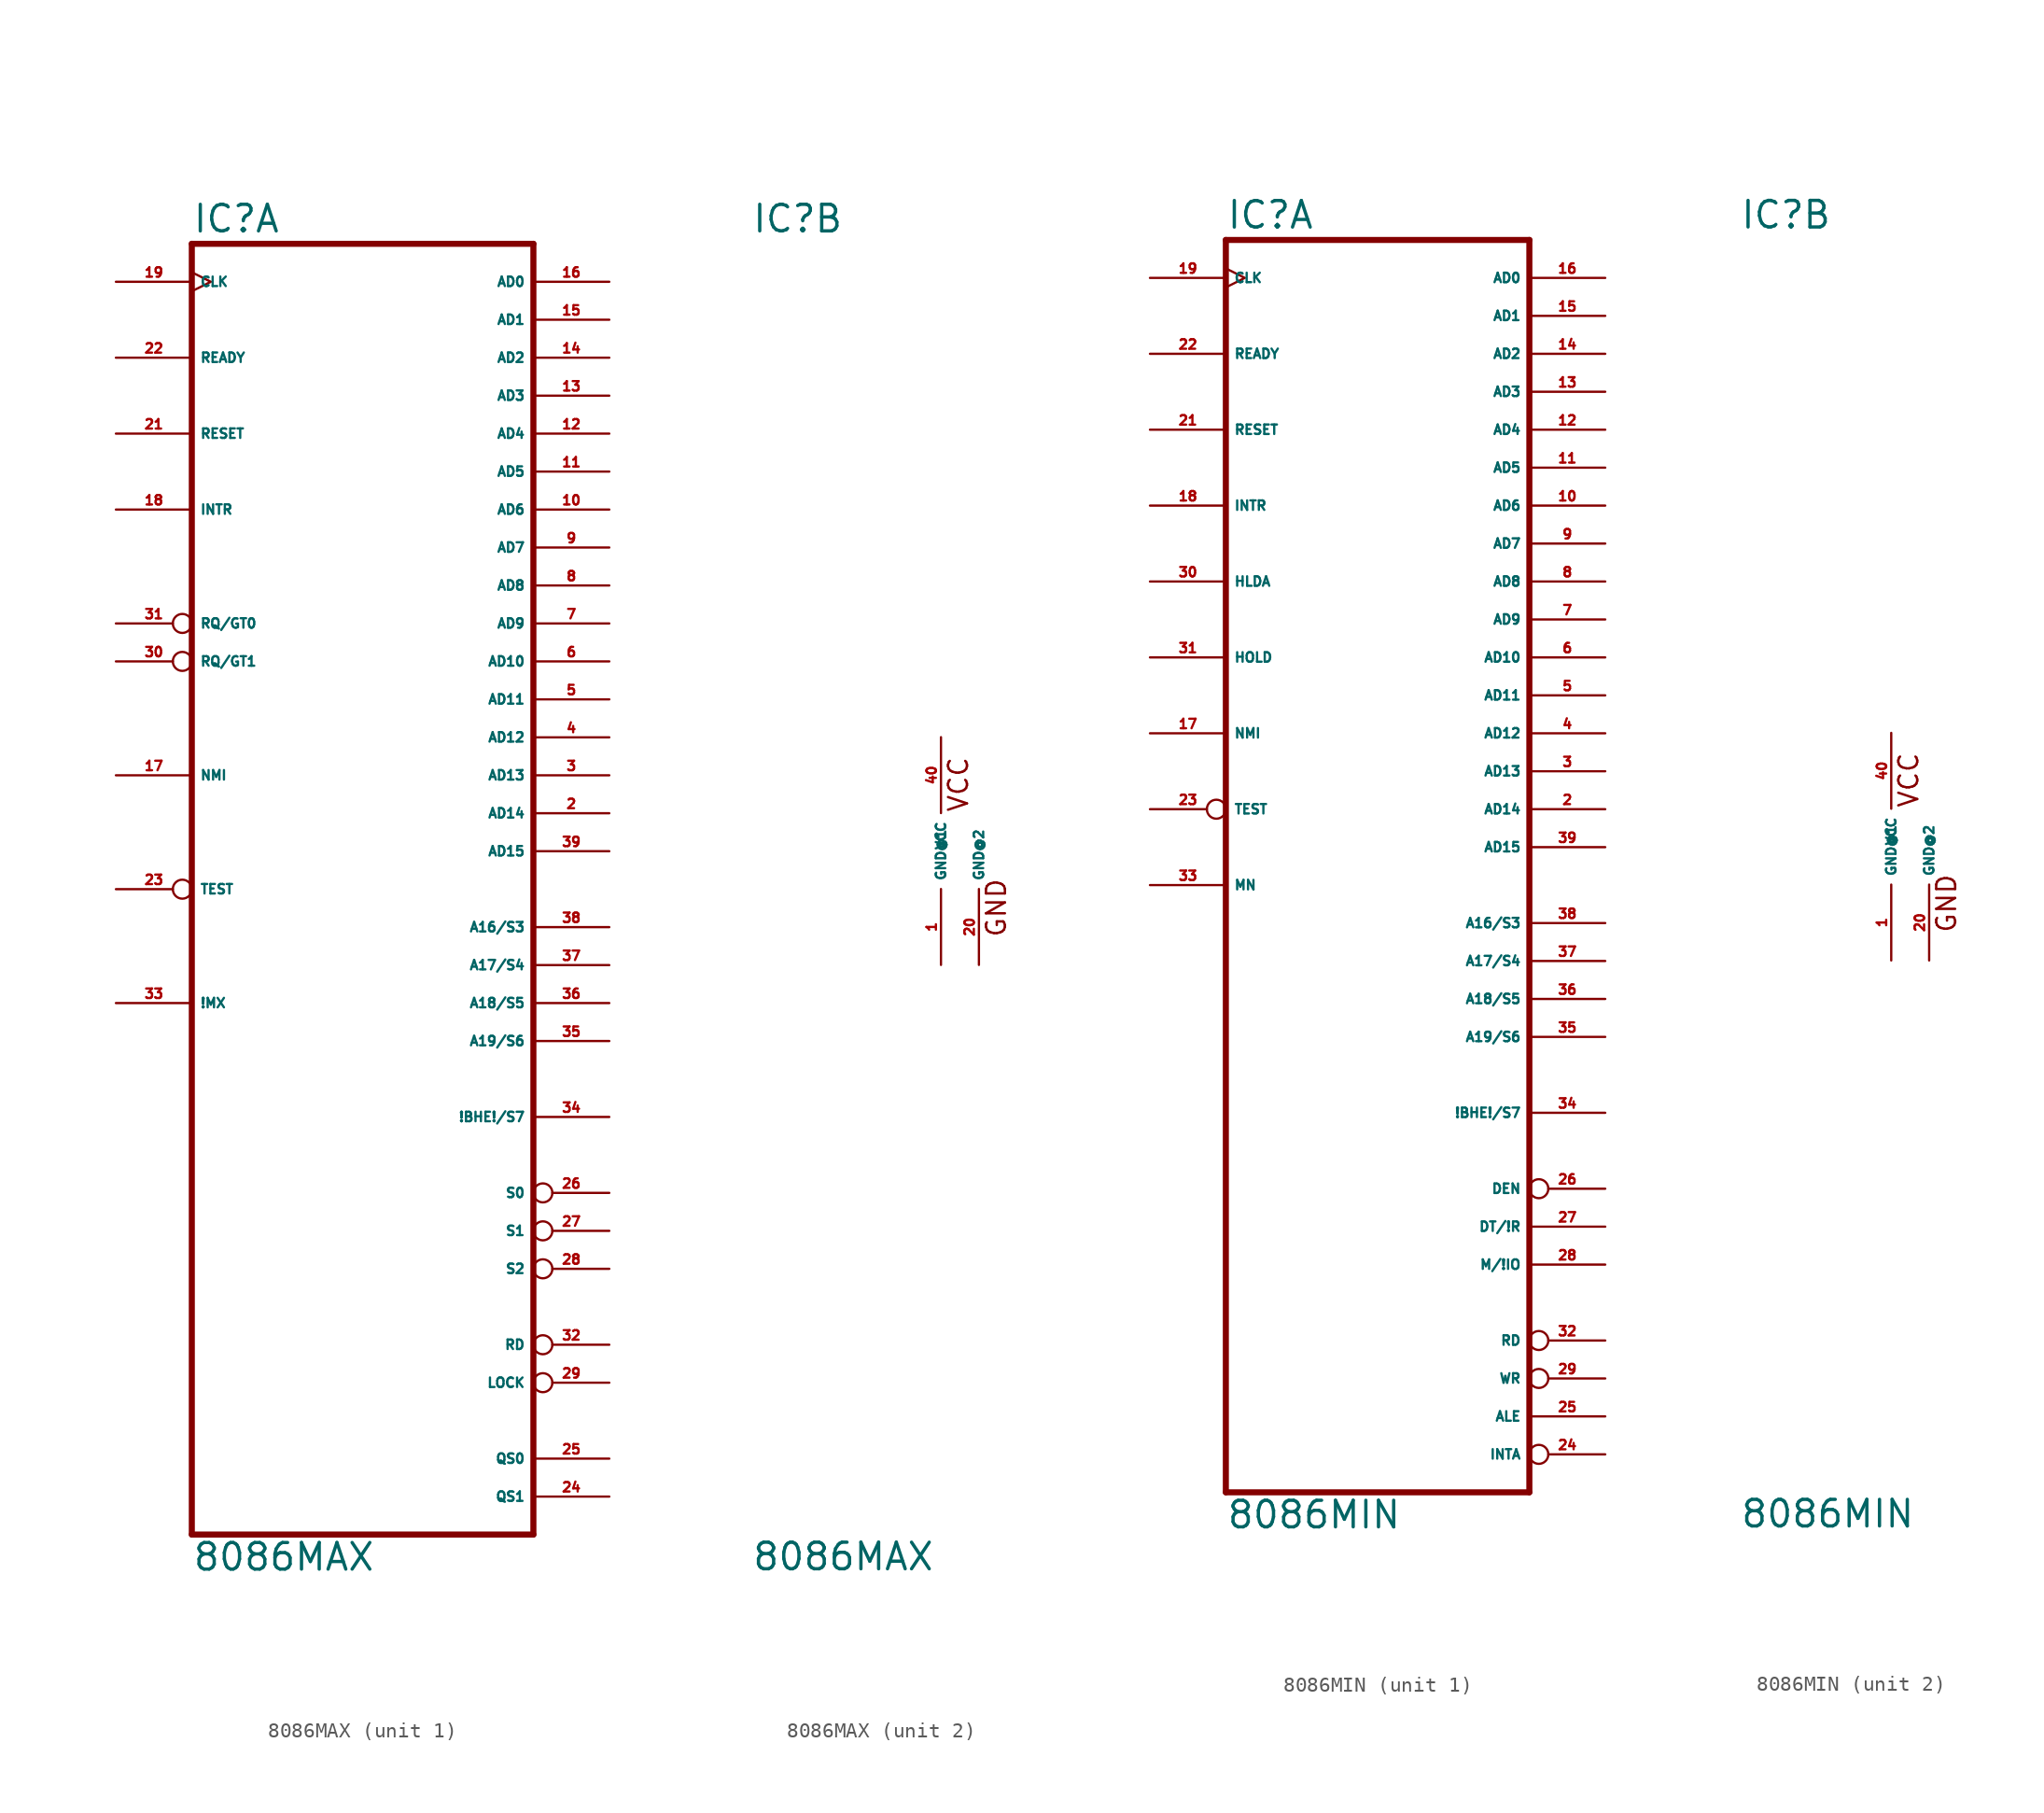
<source format=kicad_sym>
(kicad_symbol_lib
  (version 20220914)
  (generator Eagle2Kicad)
  (symbol "8086MAX"
    (property "Reference" "IC"
      (at -12.7 41.275 0)
      (effects (font (size 1.778 1.778) (thickness 0.22)) (justify left bottom)))
    (property "Value" "8086MAX"
      (at -12.7 -48.26 0)
      (effects (font (size 1.778 1.778) (thickness 0.22)) (justify left bottom)))
    (symbol "8086MAX_1_0"
      (polyline (pts (xy -12.7 -45.72) (xy 10.16 -45.72)) (stroke (width 0.406) (type default)) (fill (type none)))
      (polyline (pts (xy 10.16 -45.72) (xy 10.16 40.64)) (stroke (width 0.406) (type default)) (fill (type none)))
      (polyline (pts (xy 10.16 40.64) (xy -12.7 40.64)) (stroke (width 0.406) (type default)) (fill (type none)))
      (polyline (pts (xy -12.7 40.64) (xy -12.7 -45.72)) (stroke (width 0.406) (type default)) (fill (type none)))
      (pin bidirectional line (at 15.24 2.54 180) (length 5.08) (name "AD14" (effects (font (size 0.635 0.635) (thickness 0.08)) (justify left bottom))) (number "2" (effects (font (size 0.635 0.635) (thickness 0.08)) (justify left bottom))))
      (pin bidirectional line (at 15.24 5.08 180) (length 5.08) (name "AD13" (effects (font (size 0.635 0.635) (thickness 0.08)) (justify left bottom))) (number "3" (effects (font (size 0.635 0.635) (thickness 0.08)) (justify left bottom))))
      (pin bidirectional line (at 15.24 7.62 180) (length 5.08) (name "AD12" (effects (font (size 0.635 0.635) (thickness 0.08)) (justify left bottom))) (number "4" (effects (font (size 0.635 0.635) (thickness 0.08)) (justify left bottom))))
      (pin bidirectional line (at 15.24 10.16 180) (length 5.08) (name "AD11" (effects (font (size 0.635 0.635) (thickness 0.08)) (justify left bottom))) (number "5" (effects (font (size 0.635 0.635) (thickness 0.08)) (justify left bottom))))
      (pin bidirectional line (at 15.24 12.7 180) (length 5.08) (name "AD10" (effects (font (size 0.635 0.635) (thickness 0.08)) (justify left bottom))) (number "6" (effects (font (size 0.635 0.635) (thickness 0.08)) (justify left bottom))))
      (pin bidirectional line (at 15.24 15.24 180) (length 5.08) (name "AD9" (effects (font (size 0.635 0.635) (thickness 0.08)) (justify left bottom))) (number "7" (effects (font (size 0.635 0.635) (thickness 0.08)) (justify left bottom))))
      (pin bidirectional line (at 15.24 17.78 180) (length 5.08) (name "AD8" (effects (font (size 0.635 0.635) (thickness 0.08)) (justify left bottom))) (number "8" (effects (font (size 0.635 0.635) (thickness 0.08)) (justify left bottom))))
      (pin bidirectional line (at 15.24 20.32 180) (length 5.08) (name "AD7" (effects (font (size 0.635 0.635) (thickness 0.08)) (justify left bottom))) (number "9" (effects (font (size 0.635 0.635) (thickness 0.08)) (justify left bottom))))
      (pin bidirectional line (at 15.24 22.86 180) (length 5.08) (name "AD6" (effects (font (size 0.635 0.635) (thickness 0.08)) (justify left bottom))) (number "10" (effects (font (size 0.635 0.635) (thickness 0.08)) (justify left bottom))))
      (pin bidirectional line (at 15.24 25.4 180) (length 5.08) (name "AD5" (effects (font (size 0.635 0.635) (thickness 0.08)) (justify left bottom))) (number "11" (effects (font (size 0.635 0.635) (thickness 0.08)) (justify left bottom))))
      (pin bidirectional line (at 15.24 27.94 180) (length 5.08) (name "AD4" (effects (font (size 0.635 0.635) (thickness 0.08)) (justify left bottom))) (number "12" (effects (font (size 0.635 0.635) (thickness 0.08)) (justify left bottom))))
      (pin bidirectional line (at 15.24 30.48 180) (length 5.08) (name "AD3" (effects (font (size 0.635 0.635) (thickness 0.08)) (justify left bottom))) (number "13" (effects (font (size 0.635 0.635) (thickness 0.08)) (justify left bottom))))
      (pin bidirectional line (at 15.24 33.02 180) (length 5.08) (name "AD2" (effects (font (size 0.635 0.635) (thickness 0.08)) (justify left bottom))) (number "14" (effects (font (size 0.635 0.635) (thickness 0.08)) (justify left bottom))))
      (pin bidirectional line (at 15.24 35.56 180) (length 5.08) (name "AD1" (effects (font (size 0.635 0.635) (thickness 0.08)) (justify left bottom))) (number "15" (effects (font (size 0.635 0.635) (thickness 0.08)) (justify left bottom))))
      (pin bidirectional line (at 15.24 38.1 180) (length 5.08) (name "AD0" (effects (font (size 0.635 0.635) (thickness 0.08)) (justify left bottom))) (number "16" (effects (font (size 0.635 0.635) (thickness 0.08)) (justify left bottom))))
      (pin input line (at -17.78 5.08 0) (length 5.08) (name "NMI" (effects (font (size 0.635 0.635) (thickness 0.08)) (justify left bottom))) (number "17" (effects (font (size 0.635 0.635) (thickness 0.08)) (justify left bottom))))
      (pin input line (at -17.78 22.86 0) (length 5.08) (name "INTR" (effects (font (size 0.635 0.635) (thickness 0.08)) (justify left bottom))) (number "18" (effects (font (size 0.635 0.635) (thickness 0.08)) (justify left bottom))))
      (pin input clock (at -17.78 38.1 0) (length 5.08) (name "CLK" (effects (font (size 0.635 0.635) (thickness 0.08)) (justify left bottom))) (number "19" (effects (font (size 0.635 0.635) (thickness 0.08)) (justify left bottom))))
      (pin input line (at -17.78 27.94 0) (length 5.08) (name "RESET" (effects (font (size 0.635 0.635) (thickness 0.08)) (justify left bottom))) (number "21" (effects (font (size 0.635 0.635) (thickness 0.08)) (justify left bottom))))
      (pin input line (at -17.78 33.02 0) (length 5.08) (name "READY" (effects (font (size 0.635 0.635) (thickness 0.08)) (justify left bottom))) (number "22" (effects (font (size 0.635 0.635) (thickness 0.08)) (justify left bottom))))
      (pin input inverted (at -17.78 -2.54 0) (length 5.08) (name "TEST" (effects (font (size 0.635 0.635) (thickness 0.08)) (justify left bottom))) (number "23" (effects (font (size 0.635 0.635) (thickness 0.08)) (justify left bottom))))
      (pin output line (at 15.24 -43.18 180) (length 5.08) (name "QS1" (effects (font (size 0.635 0.635) (thickness 0.08)) (justify left bottom))) (number "24" (effects (font (size 0.635 0.635) (thickness 0.08)) (justify left bottom))))
      (pin output line (at 15.24 -40.64 180) (length 5.08) (name "QS0" (effects (font (size 0.635 0.635) (thickness 0.08)) (justify left bottom))) (number "25" (effects (font (size 0.635 0.635) (thickness 0.08)) (justify left bottom))))
      (pin output inverted (at 15.24 -22.86 180) (length 5.08) (name "S0" (effects (font (size 0.635 0.635) (thickness 0.08)) (justify left bottom))) (number "26" (effects (font (size 0.635 0.635) (thickness 0.08)) (justify left bottom))))
      (pin output inverted (at 15.24 -25.4 180) (length 5.08) (name "S1" (effects (font (size 0.635 0.635) (thickness 0.08)) (justify left bottom))) (number "27" (effects (font (size 0.635 0.635) (thickness 0.08)) (justify left bottom))))
      (pin output inverted (at 15.24 -27.94 180) (length 5.08) (name "S2" (effects (font (size 0.635 0.635) (thickness 0.08)) (justify left bottom))) (number "28" (effects (font (size 0.635 0.635) (thickness 0.08)) (justify left bottom))))
      (pin output inverted (at 15.24 -35.56 180) (length 5.08) (name "LOCK" (effects (font (size 0.635 0.635) (thickness 0.08)) (justify left bottom))) (number "29" (effects (font (size 0.635 0.635) (thickness 0.08)) (justify left bottom))))
      (pin bidirectional inverted (at -17.78 12.7 0) (length 5.08) (name "RQ/GT1" (effects (font (size 0.635 0.635) (thickness 0.08)) (justify left bottom))) (number "30" (effects (font (size 0.635 0.635) (thickness 0.08)) (justify left bottom))))
      (pin bidirectional inverted (at -17.78 15.24 0) (length 5.08) (name "RQ/GT0" (effects (font (size 0.635 0.635) (thickness 0.08)) (justify left bottom))) (number "31" (effects (font (size 0.635 0.635) (thickness 0.08)) (justify left bottom))))
      (pin output inverted (at 15.24 -33.02 180) (length 5.08) (name "RD" (effects (font (size 0.635 0.635) (thickness 0.08)) (justify left bottom))) (number "32" (effects (font (size 0.635 0.635) (thickness 0.08)) (justify left bottom))))
      (pin input line (at -17.78 -10.16 0) (length 5.08) (name "!MX" (effects (font (size 0.635 0.635) (thickness 0.08)) (justify left bottom))) (number "33" (effects (font (size 0.635 0.635) (thickness 0.08)) (justify left bottom))))
      (pin output line (at 15.24 -17.78 180) (length 5.08) (name "!BHE!/S7" (effects (font (size 0.635 0.635) (thickness 0.08)) (justify left bottom))) (number "34" (effects (font (size 0.635 0.635) (thickness 0.08)) (justify left bottom))))
      (pin output line (at 15.24 -12.7 180) (length 5.08) (name "A19/S6" (effects (font (size 0.635 0.635) (thickness 0.08)) (justify left bottom))) (number "35" (effects (font (size 0.635 0.635) (thickness 0.08)) (justify left bottom))))
      (pin output line (at 15.24 -10.16 180) (length 5.08) (name "A18/S5" (effects (font (size 0.635 0.635) (thickness 0.08)) (justify left bottom))) (number "36" (effects (font (size 0.635 0.635) (thickness 0.08)) (justify left bottom))))
      (pin output line (at 15.24 -7.62 180) (length 5.08) (name "A17/S4" (effects (font (size 0.635 0.635) (thickness 0.08)) (justify left bottom))) (number "37" (effects (font (size 0.635 0.635) (thickness 0.08)) (justify left bottom))))
      (pin output line (at 15.24 -5.08 180) (length 5.08) (name "A16/S3" (effects (font (size 0.635 0.635) (thickness 0.08)) (justify left bottom))) (number "38" (effects (font (size 0.635 0.635) (thickness 0.08)) (justify left bottom))))
      (pin bidirectional line (at 15.24 0 180) (length 5.08) (name "AD15" (effects (font (size 0.635 0.635) (thickness 0.08)) (justify left bottom))) (number "39" (effects (font (size 0.635 0.635) (thickness 0.08)) (justify left bottom)))))
    (symbol "8086MAX_2_0"
      (text "VCC" (at 1.905 2.54 900) (effects (font (size 1.27 1.27) (thickness 0.16)) (justify left bottom)))
      (text "GND" (at 4.445 -5.842 900) (effects (font (size 1.27 1.27) (thickness 0.16)) (justify left bottom)))
      (pin unspecified line (at 0 7.62 270) (length 5.08) (name "VCC" (effects (font (size 0.635 0.635) (thickness 0.08)) (justify left bottom))) (number "40" (effects (font (size 0.635 0.635) (thickness 0.08)) (justify left bottom))))
      (pin unspecified line (at 0 -7.62 90) (length 5.08) (name "GND@1" (effects (font (size 0.635 0.635) (thickness 0.08)) (justify left bottom))) (number "1" (effects (font (size 0.635 0.635) (thickness 0.08)) (justify left bottom))))
      (pin unspecified line (at 2.54 -7.62 90) (length 5.08) (name "GND@2" (effects (font (size 0.635 0.635) (thickness 0.08)) (justify left bottom))) (number "20" (effects (font (size 0.635 0.635) (thickness 0.08)) (justify left bottom))))))
  (symbol "8086MIN"
    (property "Reference" "IC"
      (at -10.16 41.275 0)
      (effects (font (size 1.778 1.778) (thickness 0.22)) (justify left bottom)))
    (property "Value" "8086MIN"
      (at -10.16 -45.72 0)
      (effects (font (size 1.778 1.778) (thickness 0.22)) (justify left bottom)))
    (symbol "8086MIN_1_0"
      (polyline (pts (xy -10.16 -43.18) (xy 10.16 -43.18)) (stroke (width 0.406) (type default)) (fill (type none)))
      (polyline (pts (xy 10.16 -43.18) (xy 10.16 40.64)) (stroke (width 0.406) (type default)) (fill (type none)))
      (polyline (pts (xy 10.16 40.64) (xy -10.16 40.64)) (stroke (width 0.406) (type default)) (fill (type none)))
      (polyline (pts (xy -10.16 40.64) (xy -10.16 -43.18)) (stroke (width 0.406) (type default)) (fill (type none)))
      (pin bidirectional line (at 15.24 2.54 180) (length 5.08) (name "AD14" (effects (font (size 0.635 0.635) (thickness 0.08)) (justify left bottom))) (number "2" (effects (font (size 0.635 0.635) (thickness 0.08)) (justify left bottom))))
      (pin bidirectional line (at 15.24 5.08 180) (length 5.08) (name "AD13" (effects (font (size 0.635 0.635) (thickness 0.08)) (justify left bottom))) (number "3" (effects (font (size 0.635 0.635) (thickness 0.08)) (justify left bottom))))
      (pin bidirectional line (at 15.24 7.62 180) (length 5.08) (name "AD12" (effects (font (size 0.635 0.635) (thickness 0.08)) (justify left bottom))) (number "4" (effects (font (size 0.635 0.635) (thickness 0.08)) (justify left bottom))))
      (pin bidirectional line (at 15.24 10.16 180) (length 5.08) (name "AD11" (effects (font (size 0.635 0.635) (thickness 0.08)) (justify left bottom))) (number "5" (effects (font (size 0.635 0.635) (thickness 0.08)) (justify left bottom))))
      (pin bidirectional line (at 15.24 12.7 180) (length 5.08) (name "AD10" (effects (font (size 0.635 0.635) (thickness 0.08)) (justify left bottom))) (number "6" (effects (font (size 0.635 0.635) (thickness 0.08)) (justify left bottom))))
      (pin bidirectional line (at 15.24 15.24 180) (length 5.08) (name "AD9" (effects (font (size 0.635 0.635) (thickness 0.08)) (justify left bottom))) (number "7" (effects (font (size 0.635 0.635) (thickness 0.08)) (justify left bottom))))
      (pin bidirectional line (at 15.24 17.78 180) (length 5.08) (name "AD8" (effects (font (size 0.635 0.635) (thickness 0.08)) (justify left bottom))) (number "8" (effects (font (size 0.635 0.635) (thickness 0.08)) (justify left bottom))))
      (pin bidirectional line (at 15.24 20.32 180) (length 5.08) (name "AD7" (effects (font (size 0.635 0.635) (thickness 0.08)) (justify left bottom))) (number "9" (effects (font (size 0.635 0.635) (thickness 0.08)) (justify left bottom))))
      (pin bidirectional line (at 15.24 22.86 180) (length 5.08) (name "AD6" (effects (font (size 0.635 0.635) (thickness 0.08)) (justify left bottom))) (number "10" (effects (font (size 0.635 0.635) (thickness 0.08)) (justify left bottom))))
      (pin bidirectional line (at 15.24 25.4 180) (length 5.08) (name "AD5" (effects (font (size 0.635 0.635) (thickness 0.08)) (justify left bottom))) (number "11" (effects (font (size 0.635 0.635) (thickness 0.08)) (justify left bottom))))
      (pin bidirectional line (at 15.24 27.94 180) (length 5.08) (name "AD4" (effects (font (size 0.635 0.635) (thickness 0.08)) (justify left bottom))) (number "12" (effects (font (size 0.635 0.635) (thickness 0.08)) (justify left bottom))))
      (pin bidirectional line (at 15.24 30.48 180) (length 5.08) (name "AD3" (effects (font (size 0.635 0.635) (thickness 0.08)) (justify left bottom))) (number "13" (effects (font (size 0.635 0.635) (thickness 0.08)) (justify left bottom))))
      (pin bidirectional line (at 15.24 33.02 180) (length 5.08) (name "AD2" (effects (font (size 0.635 0.635) (thickness 0.08)) (justify left bottom))) (number "14" (effects (font (size 0.635 0.635) (thickness 0.08)) (justify left bottom))))
      (pin bidirectional line (at 15.24 35.56 180) (length 5.08) (name "AD1" (effects (font (size 0.635 0.635) (thickness 0.08)) (justify left bottom))) (number "15" (effects (font (size 0.635 0.635) (thickness 0.08)) (justify left bottom))))
      (pin bidirectional line (at 15.24 38.1 180) (length 5.08) (name "AD0" (effects (font (size 0.635 0.635) (thickness 0.08)) (justify left bottom))) (number "16" (effects (font (size 0.635 0.635) (thickness 0.08)) (justify left bottom))))
      (pin input line (at -15.24 7.62 0) (length 5.08) (name "NMI" (effects (font (size 0.635 0.635) (thickness 0.08)) (justify left bottom))) (number "17" (effects (font (size 0.635 0.635) (thickness 0.08)) (justify left bottom))))
      (pin input line (at -15.24 22.86 0) (length 5.08) (name "INTR" (effects (font (size 0.635 0.635) (thickness 0.08)) (justify left bottom))) (number "18" (effects (font (size 0.635 0.635) (thickness 0.08)) (justify left bottom))))
      (pin input clock (at -15.24 38.1 0) (length 5.08) (name "CLK" (effects (font (size 0.635 0.635) (thickness 0.08)) (justify left bottom))) (number "19" (effects (font (size 0.635 0.635) (thickness 0.08)) (justify left bottom))))
      (pin input line (at -15.24 27.94 0) (length 5.08) (name "RESET" (effects (font (size 0.635 0.635) (thickness 0.08)) (justify left bottom))) (number "21" (effects (font (size 0.635 0.635) (thickness 0.08)) (justify left bottom))))
      (pin input line (at -15.24 33.02 0) (length 5.08) (name "READY" (effects (font (size 0.635 0.635) (thickness 0.08)) (justify left bottom))) (number "22" (effects (font (size 0.635 0.635) (thickness 0.08)) (justify left bottom))))
      (pin input inverted (at -15.24 2.54 0) (length 5.08) (name "TEST" (effects (font (size 0.635 0.635) (thickness 0.08)) (justify left bottom))) (number "23" (effects (font (size 0.635 0.635) (thickness 0.08)) (justify left bottom))))
      (pin output inverted (at 15.24 -40.64 180) (length 5.08) (name "INTA" (effects (font (size 0.635 0.635) (thickness 0.08)) (justify left bottom))) (number "24" (effects (font (size 0.635 0.635) (thickness 0.08)) (justify left bottom))))
      (pin output line (at 15.24 -38.1 180) (length 5.08) (name "ALE" (effects (font (size 0.635 0.635) (thickness 0.08)) (justify left bottom))) (number "25" (effects (font (size 0.635 0.635) (thickness 0.08)) (justify left bottom))))
      (pin output inverted (at 15.24 -22.86 180) (length 5.08) (name "DEN" (effects (font (size 0.635 0.635) (thickness 0.08)) (justify left bottom))) (number "26" (effects (font (size 0.635 0.635) (thickness 0.08)) (justify left bottom))))
      (pin output line (at 15.24 -25.4 180) (length 5.08) (name "DT/!R" (effects (font (size 0.635 0.635) (thickness 0.08)) (justify left bottom))) (number "27" (effects (font (size 0.635 0.635) (thickness 0.08)) (justify left bottom))))
      (pin output line (at 15.24 -27.94 180) (length 5.08) (name "M/!IO" (effects (font (size 0.635 0.635) (thickness 0.08)) (justify left bottom))) (number "28" (effects (font (size 0.635 0.635) (thickness 0.08)) (justify left bottom))))
      (pin output inverted (at 15.24 -35.56 180) (length 5.08) (name "WR" (effects (font (size 0.635 0.635) (thickness 0.08)) (justify left bottom))) (number "29" (effects (font (size 0.635 0.635) (thickness 0.08)) (justify left bottom))))
      (pin output line (at -15.24 17.78 0) (length 5.08) (name "HLDA" (effects (font (size 0.635 0.635) (thickness 0.08)) (justify left bottom))) (number "30" (effects (font (size 0.635 0.635) (thickness 0.08)) (justify left bottom))))
      (pin input line (at -15.24 12.7 0) (length 5.08) (name "HOLD" (effects (font (size 0.635 0.635) (thickness 0.08)) (justify left bottom))) (number "31" (effects (font (size 0.635 0.635) (thickness 0.08)) (justify left bottom))))
      (pin output inverted (at 15.24 -33.02 180) (length 5.08) (name "RD" (effects (font (size 0.635 0.635) (thickness 0.08)) (justify left bottom))) (number "32" (effects (font (size 0.635 0.635) (thickness 0.08)) (justify left bottom))))
      (pin input line (at -15.24 -2.54 0) (length 5.08) (name "MN" (effects (font (size 0.635 0.635) (thickness 0.08)) (justify left bottom))) (number "33" (effects (font (size 0.635 0.635) (thickness 0.08)) (justify left bottom))))
      (pin output line (at 15.24 -17.78 180) (length 5.08) (name "!BHE!/S7" (effects (font (size 0.635 0.635) (thickness 0.08)) (justify left bottom))) (number "34" (effects (font (size 0.635 0.635) (thickness 0.08)) (justify left bottom))))
      (pin output line (at 15.24 -12.7 180) (length 5.08) (name "A19/S6" (effects (font (size 0.635 0.635) (thickness 0.08)) (justify left bottom))) (number "35" (effects (font (size 0.635 0.635) (thickness 0.08)) (justify left bottom))))
      (pin output line (at 15.24 -10.16 180) (length 5.08) (name "A18/S5" (effects (font (size 0.635 0.635) (thickness 0.08)) (justify left bottom))) (number "36" (effects (font (size 0.635 0.635) (thickness 0.08)) (justify left bottom))))
      (pin output line (at 15.24 -7.62 180) (length 5.08) (name "A17/S4" (effects (font (size 0.635 0.635) (thickness 0.08)) (justify left bottom))) (number "37" (effects (font (size 0.635 0.635) (thickness 0.08)) (justify left bottom))))
      (pin output line (at 15.24 -5.08 180) (length 5.08) (name "A16/S3" (effects (font (size 0.635 0.635) (thickness 0.08)) (justify left bottom))) (number "38" (effects (font (size 0.635 0.635) (thickness 0.08)) (justify left bottom))))
      (pin bidirectional line (at 15.24 0 180) (length 5.08) (name "AD15" (effects (font (size 0.635 0.635) (thickness 0.08)) (justify left bottom))) (number "39" (effects (font (size 0.635 0.635) (thickness 0.08)) (justify left bottom)))))
    (symbol "8086MIN_2_0"
      (text "VCC" (at 1.905 2.54 900) (effects (font (size 1.27 1.27) (thickness 0.16)) (justify left bottom)))
      (text "GND" (at 4.445 -5.842 900) (effects (font (size 1.27 1.27) (thickness 0.16)) (justify left bottom)))
      (pin unspecified line (at 0 7.62 270) (length 5.08) (name "VCC" (effects (font (size 0.635 0.635) (thickness 0.08)) (justify left bottom))) (number "40" (effects (font (size 0.635 0.635) (thickness 0.08)) (justify left bottom))))
      (pin unspecified line (at 0 -7.62 90) (length 5.08) (name "GND@1" (effects (font (size 0.635 0.635) (thickness 0.08)) (justify left bottom))) (number "1" (effects (font (size 0.635 0.635) (thickness 0.08)) (justify left bottom))))
      (pin unspecified line (at 2.54 -7.62 90) (length 5.08) (name "GND@2" (effects (font (size 0.635 0.635) (thickness 0.08)) (justify left bottom))) (number "20" (effects (font (size 0.635 0.635) (thickness 0.08)) (justify left bottom)))))))
</source>
